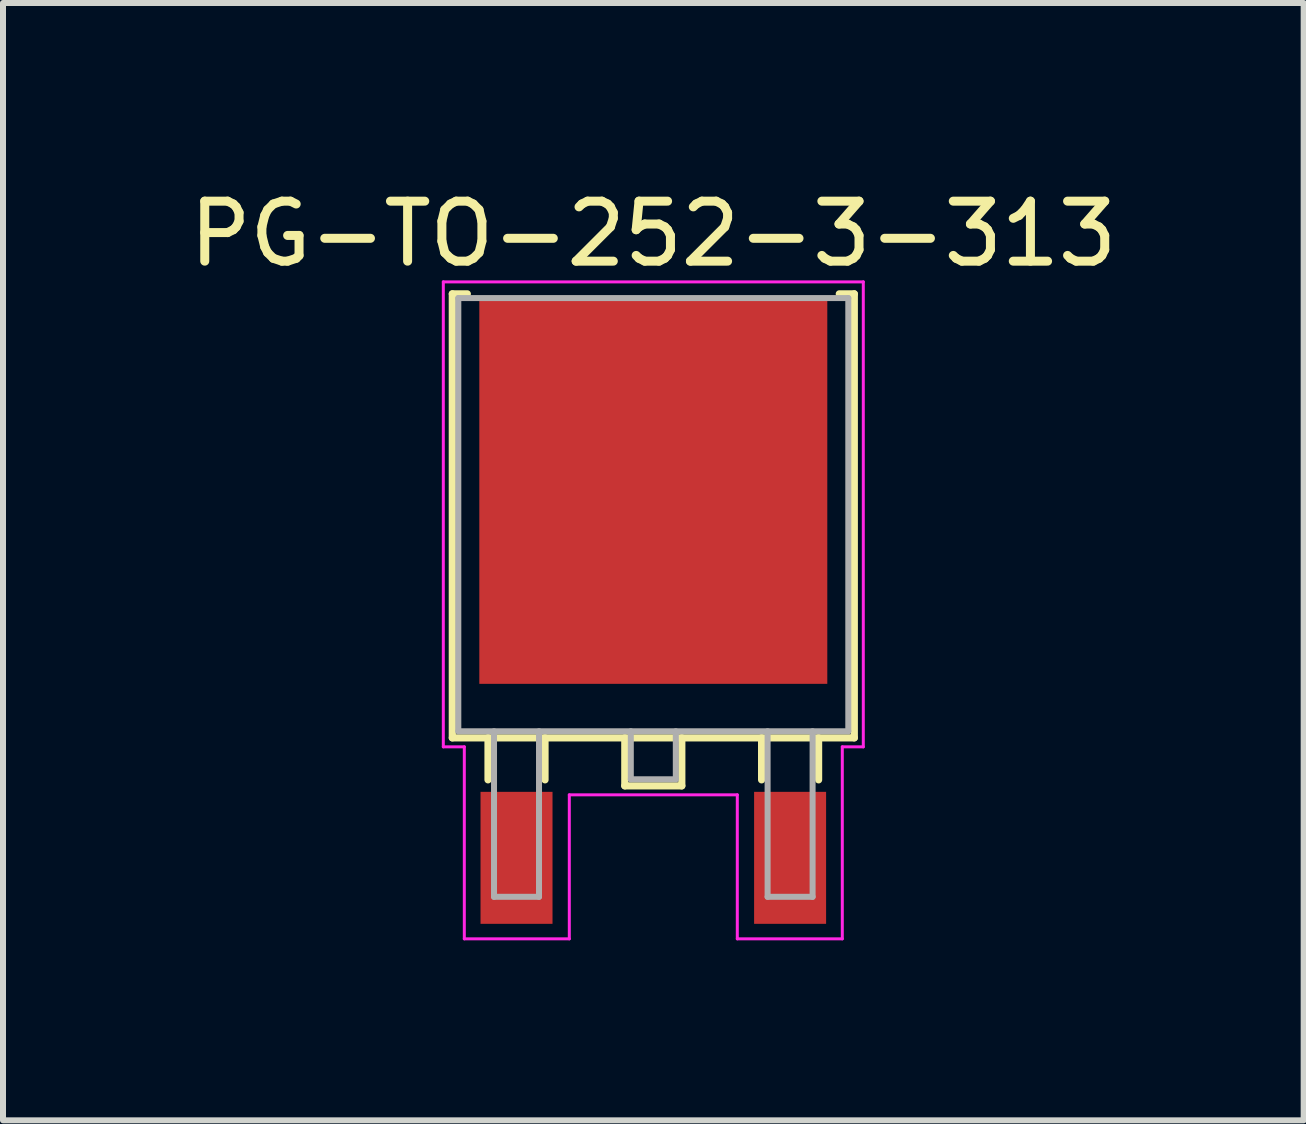
<source format=kicad_pcb>
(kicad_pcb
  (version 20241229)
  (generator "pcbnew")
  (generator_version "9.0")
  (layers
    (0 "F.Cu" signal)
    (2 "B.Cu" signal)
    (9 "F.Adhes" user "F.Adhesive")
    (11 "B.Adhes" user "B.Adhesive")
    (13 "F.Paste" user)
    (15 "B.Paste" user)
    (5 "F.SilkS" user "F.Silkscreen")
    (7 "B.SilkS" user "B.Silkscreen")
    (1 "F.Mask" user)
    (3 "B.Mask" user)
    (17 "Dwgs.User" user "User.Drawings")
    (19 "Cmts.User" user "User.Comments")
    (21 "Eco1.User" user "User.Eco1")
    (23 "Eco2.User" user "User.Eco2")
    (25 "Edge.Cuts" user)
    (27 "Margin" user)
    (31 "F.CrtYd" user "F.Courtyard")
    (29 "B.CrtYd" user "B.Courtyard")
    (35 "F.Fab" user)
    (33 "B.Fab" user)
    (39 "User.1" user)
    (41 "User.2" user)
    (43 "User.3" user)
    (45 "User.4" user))
  (footprint "PG-TO-252-3-313"
    (layer "F.Cu")
    (at 7.839 8.198)
    (property "Reference" "PG-TO-252-3-313" (at 0 -7.35 0) (layer "F.SilkS") (effects (font (size 1 1) (thickness 0.15))))
    (attr smd)
    (fp_line (start -3.35 -6.35) (end -3.35 1.05) (stroke (width 0.12) (type solid)) (layer "F.SilkS"))
    (fp_line (start -3.35 1.05) (end 3.35 1.05) (stroke (width 0.12) (type solid)) (layer "F.SilkS"))
    (fp_line (start -3.1 -6.35) (end -3.35 -6.35) (stroke (width 0.12) (type solid)) (layer "F.SilkS"))
    (fp_line (start -2.755 1.75) (end -2.755 1.05) (stroke (width 0.12) (type solid)) (layer "F.SilkS"))
    (fp_line (start -1.805 1.75) (end -1.805 1.05) (stroke (width 0.12) (type solid)) (layer "F.SilkS"))
    (fp_line (start -0.475 1.85) (end -0.475 1.05) (stroke (width 0.12) (type solid)) (layer "F.SilkS"))
    (fp_line (start 0.475 1.05) (end 0.475 1.85) (stroke (width 0.12) (type solid)) (layer "F.SilkS"))
    (fp_line (start 0.475 1.85) (end -0.475 1.85) (stroke (width 0.12) (type solid)) (layer "F.SilkS"))
    (fp_line (start 1.805 1.75) (end 1.805 1.05) (stroke (width 0.12) (type solid)) (layer "F.SilkS"))
    (fp_line (start 2.755 1.75) (end 2.755 1.05) (stroke (width 0.12) (type solid)) (layer "F.SilkS"))
    (fp_line (start 3.35 -6.35) (end 3.1 -6.35) (stroke (width 0.12) (type solid)) (layer "F.SilkS"))
    (fp_line (start 3.35 1.05) (end 3.35 -6.35) (stroke (width 0.12) (type solid)) (layer "F.SilkS"))
    (fp_line (start -3.5 -6.55) (end 3.5 -6.55) (stroke (width 0.05) (type solid)) (layer "F.CrtYd"))
    (fp_line (start -3.5 1.2) (end -3.5 -6.55) (stroke (width 0.05) (type solid)) (layer "F.CrtYd"))
    (fp_line (start -3.15 1.2) (end -3.5 1.2) (stroke (width 0.05) (type solid)) (layer "F.CrtYd"))
    (fp_line (start -3.15 4.4) (end -3.15 1.2) (stroke (width 0.05) (type solid)) (layer "F.CrtYd"))
    (fp_line (start -1.4 2) (end -1.4 4.4) (stroke (width 0.05) (type solid)) (layer "F.CrtYd"))
    (fp_line (start -1.4 4.4) (end -3.15 4.4) (stroke (width 0.05) (type solid)) (layer "F.CrtYd"))
    (fp_line (start 1.4 2) (end -1.4 2) (stroke (width 0.05) (type solid)) (layer "F.CrtYd"))
    (fp_line (start 1.4 4.4) (end 1.4 2) (stroke (width 0.05) (type solid)) (layer "F.CrtYd"))
    (fp_line (start 3.15 1.2) (end 3.15 4.4) (stroke (width 0.05) (type solid)) (layer "F.CrtYd"))
    (fp_line (start 3.15 4.4) (end 1.4 4.4) (stroke (width 0.05) (type solid)) (layer "F.CrtYd"))
    (fp_line (start 3.5 -6.55) (end 3.5 1.2) (stroke (width 0.05) (type solid)) (layer "F.CrtYd"))
    (fp_line (start 3.5 1.2) (end 3.15 1.2) (stroke (width 0.05) (type solid)) (layer "F.CrtYd"))
    (fp_line (start -3.25 -6.28) (end 3.25 -6.28) (stroke (width 0.1) (type solid)) (layer "F.Fab"))
    (fp_line (start -3.25 0.94) (end -3.25 -6.28) (stroke (width 0.1) (type solid)) (layer "F.Fab"))
    (fp_line (start -2.655 0.94) (end -2.655 3.7) (stroke (width 0.1) (type solid)) (layer "F.Fab"))
    (fp_line (start -2.655 3.7) (end -1.905 3.7) (stroke (width 0.1) (type solid)) (layer "F.Fab"))
    (fp_line (start -1.905 3.7) (end -1.905 0.94) (stroke (width 0.1) (type solid)) (layer "F.Fab"))
    (fp_line (start -0.375 0.94) (end -0.375 1.74) (stroke (width 0.1) (type solid)) (layer "F.Fab"))
    (fp_line (start -0.375 1.74) (end 0.375 1.74) (stroke (width 0.1) (type solid)) (layer "F.Fab"))
    (fp_line (start 0.375 1.74) (end 0.375 0.94) (stroke (width 0.1) (type solid)) (layer "F.Fab"))
    (fp_line (start 1.905 3.7) (end 1.905 0.94) (stroke (width 0.1) (type solid)) (layer "F.Fab"))
    (fp_line (start 2.655 0.94) (end 2.655 3.7) (stroke (width 0.1) (type solid)) (layer "F.Fab"))
    (fp_line (start 2.655 3.7) (end 1.905 3.7) (stroke (width 0.1) (type solid)) (layer "F.Fab"))
    (fp_line (start 3.25 -6.28) (end 3.25 0.94) (stroke (width 0.1) (type solid)) (layer "F.Fab"))
    (fp_line (start 3.25 0.94) (end -3.25 0.94) (stroke (width 0.1) (type solid)) (layer "F.Fab"))
    (pad "1" smd rect (at -2.28 3.05) (size 1.2 2.2) (layers "F.Cu" "F.Mask" "F.Paste"))
    (pad "2" smd rect (at 0 -3.05) (size 5.8 6.4) (layers "F.Cu" "F.Mask" "F.Paste"))
    (pad "3" smd rect (at 2.28 3.05) (size 1.2 2.2) (layers "F.Cu" "F.Mask" "F.Paste")))
  (gr_rect
    (start -3 -3)
    (end 18.679 15.623)
    (stroke (width 0.1) (type default))
    (fill no)
    (layer "Edge.Cuts")))
</source>
